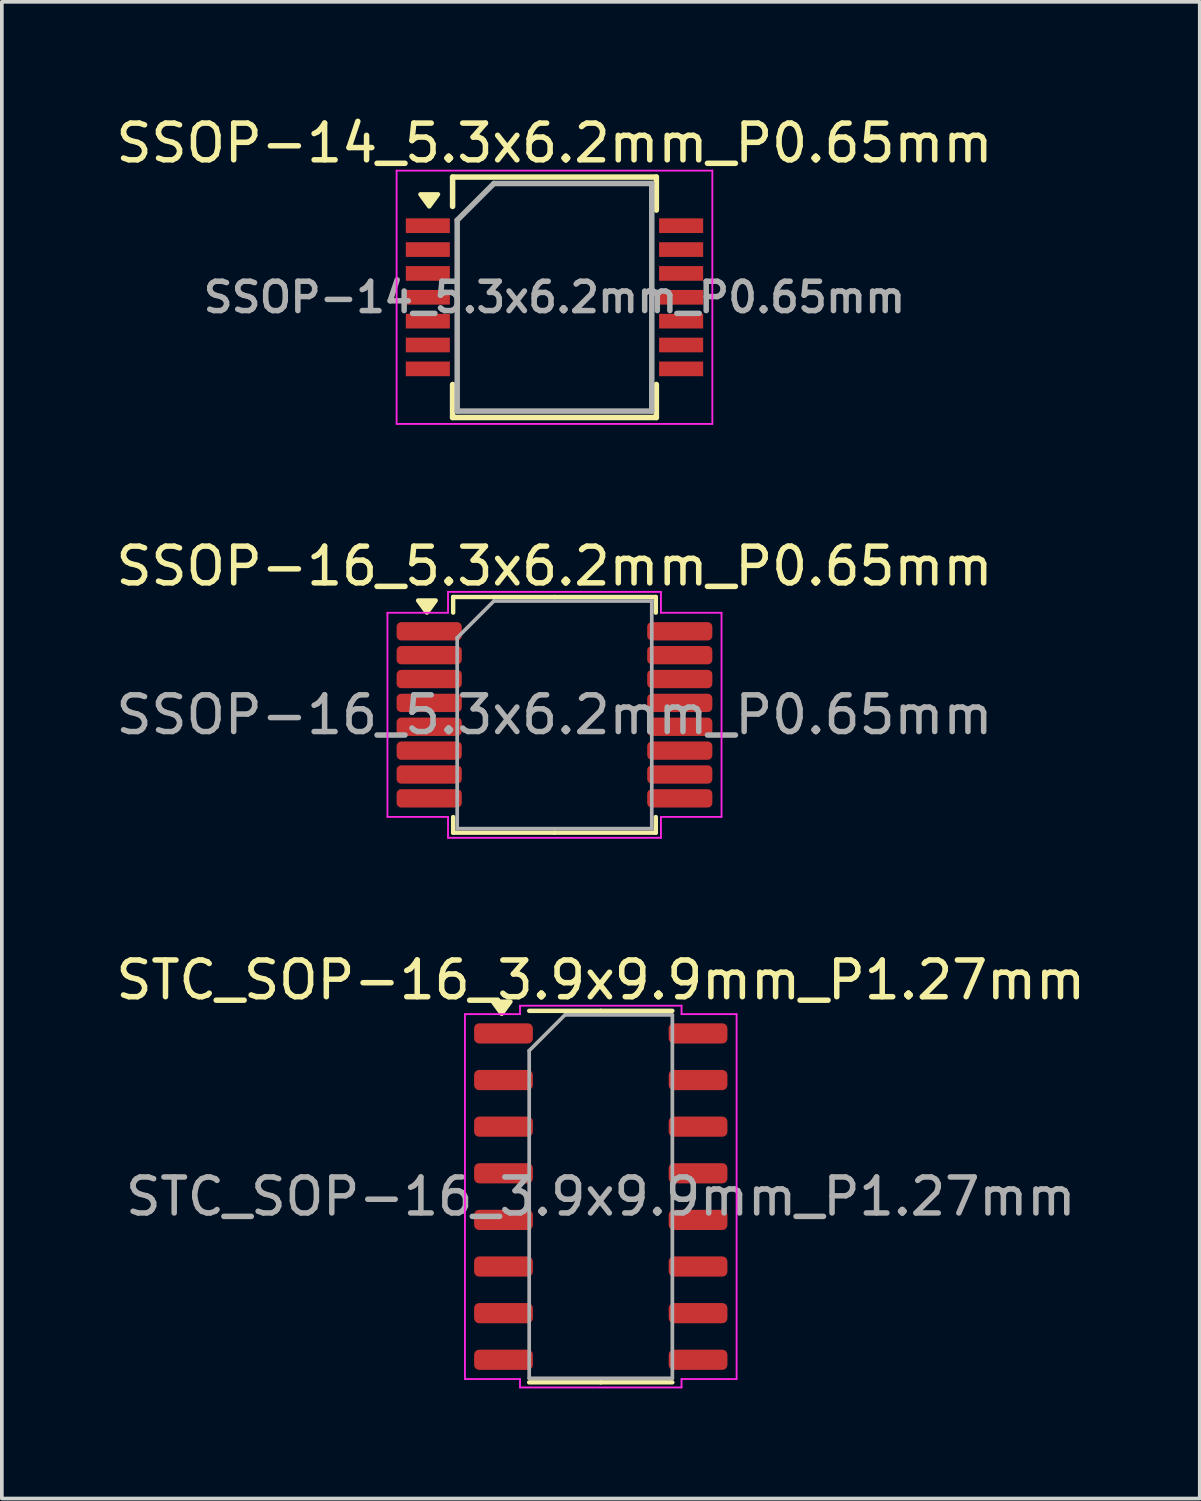
<source format=kicad_pcb>
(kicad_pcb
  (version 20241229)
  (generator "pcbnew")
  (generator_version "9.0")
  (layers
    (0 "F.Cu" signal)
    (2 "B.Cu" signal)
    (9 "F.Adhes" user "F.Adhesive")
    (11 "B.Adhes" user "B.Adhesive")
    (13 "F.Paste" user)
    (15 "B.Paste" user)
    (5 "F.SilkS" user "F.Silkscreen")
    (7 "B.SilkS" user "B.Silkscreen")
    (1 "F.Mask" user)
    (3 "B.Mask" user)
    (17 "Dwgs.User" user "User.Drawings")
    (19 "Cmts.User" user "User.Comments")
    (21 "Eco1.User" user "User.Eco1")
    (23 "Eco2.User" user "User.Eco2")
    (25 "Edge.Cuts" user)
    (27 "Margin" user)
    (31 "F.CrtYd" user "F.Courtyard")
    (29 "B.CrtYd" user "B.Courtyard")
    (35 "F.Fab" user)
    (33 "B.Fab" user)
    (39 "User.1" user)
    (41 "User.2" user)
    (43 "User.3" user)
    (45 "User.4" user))
  (footprint "STC_SOP-16_3.9x9.9mm_P1.27mm"
    (layer "F.Cu")
    (at 13.315 29.545)
    (property "Reference" "STC_SOP-16_3.9x9.9mm_P1.27mm" (at 0 -5.9 0) (layer "F.SilkS") (effects (font (size 1 1) (thickness 0.15))))
    (attr smd)
    (fp_line (start 0 -5.06) (end -1.95 -5.06) (stroke (width 0.12) (type solid)) (layer "F.SilkS"))
    (fp_line (start 0 -5.06) (end 1.95 -5.06) (stroke (width 0.12) (type solid)) (layer "F.SilkS"))
    (fp_line (start 0 5.06) (end -1.95 5.06) (stroke (width 0.12) (type solid)) (layer "F.SilkS"))
    (fp_line (start 0 5.06) (end 1.95 5.06) (stroke (width 0.12) (type solid)) (layer "F.SilkS"))
    (fp_poly (pts (xy -2.7 -4.98) (xy -2.94 -5.31) (xy -2.46 -5.31)) (stroke (width 0.12) (type solid)) (fill yes) (layer "F.SilkS"))
    (fp_line (start -3.7 -4.97) (end -2.2 -4.97) (stroke (width 0.05) (type solid)) (layer "F.CrtYd"))
    (fp_line (start -3.7 4.97) (end -3.7 -4.97) (stroke (width 0.05) (type solid)) (layer "F.CrtYd"))
    (fp_line (start -2.2 -5.2) (end 2.2 -5.2) (stroke (width 0.05) (type solid)) (layer "F.CrtYd"))
    (fp_line (start -2.2 -4.97) (end -2.2 -5.2) (stroke (width 0.05) (type solid)) (layer "F.CrtYd"))
    (fp_line (start -2.2 4.97) (end -3.7 4.97) (stroke (width 0.05) (type solid)) (layer "F.CrtYd"))
    (fp_line (start -2.2 5.2) (end -2.2 4.97) (stroke (width 0.05) (type solid)) (layer "F.CrtYd"))
    (fp_line (start 2.2 -5.2) (end 2.2 -4.97) (stroke (width 0.05) (type solid)) (layer "F.CrtYd"))
    (fp_line (start 2.2 -4.97) (end 3.7 -4.97) (stroke (width 0.05) (type solid)) (layer "F.CrtYd"))
    (fp_line (start 2.2 4.97) (end 2.2 5.2) (stroke (width 0.05) (type solid)) (layer "F.CrtYd"))
    (fp_line (start 2.2 5.2) (end -2.2 5.2) (stroke (width 0.05) (type solid)) (layer "F.CrtYd"))
    (fp_line (start 3.7 -4.97) (end 3.7 4.97) (stroke (width 0.05) (type solid)) (layer "F.CrtYd"))
    (fp_line (start 3.7 4.97) (end 2.2 4.97) (stroke (width 0.05) (type solid)) (layer "F.CrtYd"))
    (fp_line (start -1.95 -3.975) (end -0.975 -4.95) (stroke (width 0.1) (type solid)) (layer "F.Fab"))
    (fp_line (start -1.95 4.95) (end -1.95 -3.975) (stroke (width 0.1) (type solid)) (layer "F.Fab"))
    (fp_line (start -0.975 -4.95) (end 1.95 -4.95) (stroke (width 0.1) (type solid)) (layer "F.Fab"))
    (fp_line (start 1.95 -4.95) (end 1.95 4.95) (stroke (width 0.1) (type solid)) (layer "F.Fab"))
    (fp_line (start 1.95 4.95) (end -1.95 4.95) (stroke (width 0.1) (type solid)) (layer "F.Fab"))
    (fp_text user "${REFERENCE}" (at 0 0 0) (layer "F.Fab") (effects (font (size 0.98 0.98) (thickness 0.15))))
    (pad "1" smd roundrect (at -2.65 -4.445) (size 1.6 0.55) (layers "F.Cu" "F.Mask" "F.Paste") (roundrect_rratio 0.25))
    (pad "2" smd roundrect (at -2.65 -3.175) (size 1.6 0.55) (layers "F.Cu" "F.Mask" "F.Paste") (roundrect_rratio 0.25))
    (pad "3" smd roundrect (at -2.65 -1.905) (size 1.6 0.55) (layers "F.Cu" "F.Mask" "F.Paste") (roundrect_rratio 0.25))
    (pad "4" smd roundrect (at -2.65 -0.635) (size 1.6 0.55) (layers "F.Cu" "F.Mask" "F.Paste") (roundrect_rratio 0.25))
    (pad "5" smd roundrect (at -2.65 0.635) (size 1.6 0.55) (layers "F.Cu" "F.Mask" "F.Paste") (roundrect_rratio 0.25))
    (pad "6" smd roundrect (at -2.65 1.905) (size 1.6 0.55) (layers "F.Cu" "F.Mask" "F.Paste") (roundrect_rratio 0.25))
    (pad "7" smd roundrect (at -2.65 3.175) (size 1.6 0.55) (layers "F.Cu" "F.Mask" "F.Paste") (roundrect_rratio 0.25))
    (pad "8" smd roundrect (at -2.65 4.445) (size 1.6 0.55) (layers "F.Cu" "F.Mask" "F.Paste") (roundrect_rratio 0.25))
    (pad "9" smd roundrect (at 2.65 4.445) (size 1.6 0.55) (layers "F.Cu" "F.Mask" "F.Paste") (roundrect_rratio 0.25))
    (pad "10" smd roundrect (at 2.65 3.175) (size 1.6 0.55) (layers "F.Cu" "F.Mask" "F.Paste") (roundrect_rratio 0.25))
    (pad "11" smd roundrect (at 2.65 1.905) (size 1.6 0.55) (layers "F.Cu" "F.Mask" "F.Paste") (roundrect_rratio 0.25))
    (pad "12" smd roundrect (at 2.65 0.635) (size 1.6 0.55) (layers "F.Cu" "F.Mask" "F.Paste") (roundrect_rratio 0.25))
    (pad "13" smd roundrect (at 2.65 -0.635) (size 1.6 0.55) (layers "F.Cu" "F.Mask" "F.Paste") (roundrect_rratio 0.25))
    (pad "14" smd roundrect (at 2.65 -1.905) (size 1.6 0.55) (layers "F.Cu" "F.Mask" "F.Paste") (roundrect_rratio 0.25))
    (pad "15" smd roundrect (at 2.65 -3.175) (size 1.6 0.55) (layers "F.Cu" "F.Mask" "F.Paste") (roundrect_rratio 0.25))
    (pad "16" smd roundrect (at 2.65 -4.445) (size 1.6 0.55) (layers "F.Cu" "F.Mask" "F.Paste") (roundrect_rratio 0.25)))
  (footprint "SSOP-16_5.3x6.2mm_P0.65mm"
    (layer "F.Cu")
    (at 12.054 16.422)
    (property "Reference" "SSOP-16_5.3x6.2mm_P0.65mm" (at 0 -4.05 0) (layer "F.SilkS") (effects (font (size 1 1) (thickness 0.15))))
    (attr smd)
    (fp_line (start -2.76 -3.21) (end -2.76 -2.785) (stroke (width 0.12) (type solid)) (layer "F.SilkS"))
    (fp_line (start -2.76 3.21) (end -2.76 2.785) (stroke (width 0.12) (type solid)) (layer "F.SilkS"))
    (fp_line (start 0 -3.21) (end -2.76 -3.21) (stroke (width 0.12) (type solid)) (layer "F.SilkS"))
    (fp_line (start 0 -3.21) (end 2.76 -3.21) (stroke (width 0.12) (type solid)) (layer "F.SilkS"))
    (fp_line (start 0 3.21) (end -2.76 3.21) (stroke (width 0.12) (type solid)) (layer "F.SilkS"))
    (fp_line (start 0 3.21) (end 2.76 3.21) (stroke (width 0.12) (type solid)) (layer "F.SilkS"))
    (fp_line (start 2.76 -3.21) (end 2.76 -2.785) (stroke (width 0.12) (type solid)) (layer "F.SilkS"))
    (fp_line (start 2.76 3.21) (end 2.76 2.785) (stroke (width 0.12) (type solid)) (layer "F.SilkS"))
    (fp_poly (pts (xy -3.475 -2.785) (xy -3.715 -3.115) (xy -3.235 -3.115)) (stroke (width 0.12) (type solid)) (fill yes) (layer "F.SilkS"))
    (fp_line (start -4.55 -2.78) (end -2.9 -2.78) (stroke (width 0.05) (type solid)) (layer "F.CrtYd"))
    (fp_line (start -4.55 2.78) (end -4.55 -2.78) (stroke (width 0.05) (type solid)) (layer "F.CrtYd"))
    (fp_line (start -2.9 -3.35) (end 2.9 -3.35) (stroke (width 0.05) (type solid)) (layer "F.CrtYd"))
    (fp_line (start -2.9 -2.78) (end -2.9 -3.35) (stroke (width 0.05) (type solid)) (layer "F.CrtYd"))
    (fp_line (start -2.9 2.78) (end -4.55 2.78) (stroke (width 0.05) (type solid)) (layer "F.CrtYd"))
    (fp_line (start -2.9 3.35) (end -2.9 2.78) (stroke (width 0.05) (type solid)) (layer "F.CrtYd"))
    (fp_line (start 2.9 -3.35) (end 2.9 -2.78) (stroke (width 0.05) (type solid)) (layer "F.CrtYd"))
    (fp_line (start 2.9 -2.78) (end 4.55 -2.78) (stroke (width 0.05) (type solid)) (layer "F.CrtYd"))
    (fp_line (start 2.9 2.78) (end 2.9 3.35) (stroke (width 0.05) (type solid)) (layer "F.CrtYd"))
    (fp_line (start 2.9 3.35) (end -2.9 3.35) (stroke (width 0.05) (type solid)) (layer "F.CrtYd"))
    (fp_line (start 4.55 -2.78) (end 4.55 2.78) (stroke (width 0.05) (type solid)) (layer "F.CrtYd"))
    (fp_line (start 4.55 2.78) (end 2.9 2.78) (stroke (width 0.05) (type solid)) (layer "F.CrtYd"))
    (fp_line (start -2.65 -2.1) (end -1.65 -3.1) (stroke (width 0.1) (type solid)) (layer "F.Fab"))
    (fp_line (start -2.65 3.1) (end -2.65 -2.1) (stroke (width 0.1) (type solid)) (layer "F.Fab"))
    (fp_line (start -1.65 -3.1) (end 2.65 -3.1) (stroke (width 0.1) (type solid)) (layer "F.Fab"))
    (fp_line (start 2.65 -3.1) (end 2.65 3.1) (stroke (width 0.1) (type solid)) (layer "F.Fab"))
    (fp_line (start 2.65 3.1) (end -2.65 3.1) (stroke (width 0.1) (type solid)) (layer "F.Fab"))
    (fp_text user "${REFERENCE}" (at 0 0 0) (layer "F.Fab") (effects (font (size 1 1) (thickness 0.15))))
    (pad "1" smd roundrect (at -3.413 -2.275) (size 1.775 0.5) (layers "F.Cu" "F.Mask" "F.Paste") (roundrect_rratio 0.25))
    (pad "2" smd roundrect (at -3.413 -1.625) (size 1.775 0.5) (layers "F.Cu" "F.Mask" "F.Paste") (roundrect_rratio 0.25))
    (pad "3" smd roundrect (at -3.413 -0.975) (size 1.775 0.5) (layers "F.Cu" "F.Mask" "F.Paste") (roundrect_rratio 0.25))
    (pad "4" smd roundrect (at -3.413 -0.325) (size 1.775 0.5) (layers "F.Cu" "F.Mask" "F.Paste") (roundrect_rratio 0.25))
    (pad "5" smd roundrect (at -3.413 0.325) (size 1.775 0.5) (layers "F.Cu" "F.Mask" "F.Paste") (roundrect_rratio 0.25))
    (pad "6" smd roundrect (at -3.413 0.975) (size 1.775 0.5) (layers "F.Cu" "F.Mask" "F.Paste") (roundrect_rratio 0.25))
    (pad "7" smd roundrect (at -3.413 1.625) (size 1.775 0.5) (layers "F.Cu" "F.Mask" "F.Paste") (roundrect_rratio 0.25))
    (pad "8" smd roundrect (at -3.413 2.275) (size 1.775 0.5) (layers "F.Cu" "F.Mask" "F.Paste") (roundrect_rratio 0.25))
    (pad "9" smd roundrect (at 3.413 2.275) (size 1.775 0.5) (layers "F.Cu" "F.Mask" "F.Paste") (roundrect_rratio 0.25))
    (pad "10" smd roundrect (at 3.413 1.625) (size 1.775 0.5) (layers "F.Cu" "F.Mask" "F.Paste") (roundrect_rratio 0.25))
    (pad "11" smd roundrect (at 3.413 0.975) (size 1.775 0.5) (layers "F.Cu" "F.Mask" "F.Paste") (roundrect_rratio 0.25))
    (pad "12" smd roundrect (at 3.413 0.325) (size 1.775 0.5) (layers "F.Cu" "F.Mask" "F.Paste") (roundrect_rratio 0.25))
    (pad "13" smd roundrect (at 3.413 -0.325) (size 1.775 0.5) (layers "F.Cu" "F.Mask" "F.Paste") (roundrect_rratio 0.25))
    (pad "14" smd roundrect (at 3.413 -0.975) (size 1.775 0.5) (layers "F.Cu" "F.Mask" "F.Paste") (roundrect_rratio 0.25))
    (pad "15" smd roundrect (at 3.413 -1.625) (size 1.775 0.5) (layers "F.Cu" "F.Mask" "F.Paste") (roundrect_rratio 0.25))
    (pad "16" smd roundrect (at 3.413 -2.275) (size 1.775 0.5) (layers "F.Cu" "F.Mask" "F.Paste") (roundrect_rratio 0.25)))
  (footprint "SSOP-14_5.3x6.2mm_P0.65mm"
    (layer "F.Cu")
    (at 12.054 5.048)
    (property "Reference" "SSOP-14_5.3x6.2mm_P0.65mm" (at 0 -4.2 0) (layer "F.SilkS") (effects (font (size 1 1) (thickness 0.15))))
    (attr smd)
    (fp_line (start -2.775 -3.275) (end -2.775 -2.475) (stroke (width 0.15) (type solid)) (layer "F.SilkS"))
    (fp_line (start -2.775 -3.275) (end 2.775 -3.275) (stroke (width 0.15) (type solid)) (layer "F.SilkS"))
    (fp_line (start -2.775 3.275) (end -2.775 2.375) (stroke (width 0.15) (type solid)) (layer "F.SilkS"))
    (fp_line (start -2.775 3.275) (end 2.775 3.275) (stroke (width 0.15) (type solid)) (layer "F.SilkS"))
    (fp_line (start 2.775 -3.275) (end 2.775 -2.375) (stroke (width 0.15) (type solid)) (layer "F.SilkS"))
    (fp_line (start 2.775 3.275) (end 2.775 2.375) (stroke (width 0.15) (type solid)) (layer "F.SilkS"))
    (fp_poly (pts (xy -3.413 -2.475) (xy -3.652 -2.805) (xy -3.172 -2.805) (xy -3.413 -2.475)) (stroke (width 0.12) (type solid)) (fill yes) (layer "F.SilkS"))
    (fp_line (start -4.3 -3.45) (end -4.3 3.45) (stroke (width 0.05) (type solid)) (layer "F.CrtYd"))
    (fp_line (start -4.3 -3.45) (end 4.3 -3.45) (stroke (width 0.05) (type solid)) (layer "F.CrtYd"))
    (fp_line (start -4.3 3.45) (end 4.3 3.45) (stroke (width 0.05) (type solid)) (layer "F.CrtYd"))
    (fp_line (start 4.3 -3.45) (end 4.3 3.45) (stroke (width 0.05) (type solid)) (layer "F.CrtYd"))
    (fp_line (start -2.65 -2.1) (end -1.65 -3.1) (stroke (width 0.15) (type solid)) (layer "F.Fab"))
    (fp_line (start -2.65 3.1) (end -2.65 -2.1) (stroke (width 0.15) (type solid)) (layer "F.Fab"))
    (fp_line (start -1.65 -3.1) (end 2.65 -3.1) (stroke (width 0.15) (type solid)) (layer "F.Fab"))
    (fp_line (start 2.65 -3.1) (end 2.65 3.1) (stroke (width 0.15) (type solid)) (layer "F.Fab"))
    (fp_line (start 2.65 3.1) (end -2.65 3.1) (stroke (width 0.15) (type solid)) (layer "F.Fab"))
    (fp_text user "${REFERENCE}" (at 0 0 0) (layer "F.Fab") (effects (font (size 0.8 0.8) (thickness 0.15))))
    (pad "1" smd rect (at -3.45 -1.95) (size 1.2 0.4) (layers "F.Cu" "F.Mask" "F.Paste"))
    (pad "2" smd rect (at -3.45 -1.3) (size 1.2 0.4) (layers "F.Cu" "F.Mask" "F.Paste"))
    (pad "3" smd rect (at -3.45 -0.65) (size 1.2 0.4) (layers "F.Cu" "F.Mask" "F.Paste"))
    (pad "4" smd rect (at -3.45 0) (size 1.2 0.4) (layers "F.Cu" "F.Mask" "F.Paste"))
    (pad "5" smd rect (at -3.45 0.65) (size 1.2 0.4) (layers "F.Cu" "F.Mask" "F.Paste"))
    (pad "6" smd rect (at -3.45 1.3) (size 1.2 0.4) (layers "F.Cu" "F.Mask" "F.Paste"))
    (pad "7" smd rect (at -3.45 1.95) (size 1.2 0.4) (layers "F.Cu" "F.Mask" "F.Paste"))
    (pad "8" smd rect (at 3.45 1.95) (size 1.2 0.4) (layers "F.Cu" "F.Mask" "F.Paste"))
    (pad "9" smd rect (at 3.45 1.3) (size 1.2 0.4) (layers "F.Cu" "F.Mask" "F.Paste"))
    (pad "10" smd rect (at 3.45 0.65) (size 1.2 0.4) (layers "F.Cu" "F.Mask" "F.Paste"))
    (pad "11" smd rect (at 3.45 0) (size 1.2 0.4) (layers "F.Cu" "F.Mask" "F.Paste"))
    (pad "12" smd rect (at 3.45 -0.65) (size 1.2 0.4) (layers "F.Cu" "F.Mask" "F.Paste"))
    (pad "13" smd rect (at 3.45 -1.3) (size 1.2 0.4) (layers "F.Cu" "F.Mask" "F.Paste"))
    (pad "14" smd rect (at 3.45 -1.95) (size 1.2 0.4) (layers "F.Cu" "F.Mask" "F.Paste")))
  (gr_rect
    (start -3 -3)
    (end 29.631 37.77)
    (stroke (width 0.1) (type default))
    (fill no)
    (layer "Edge.Cuts")))
</source>
